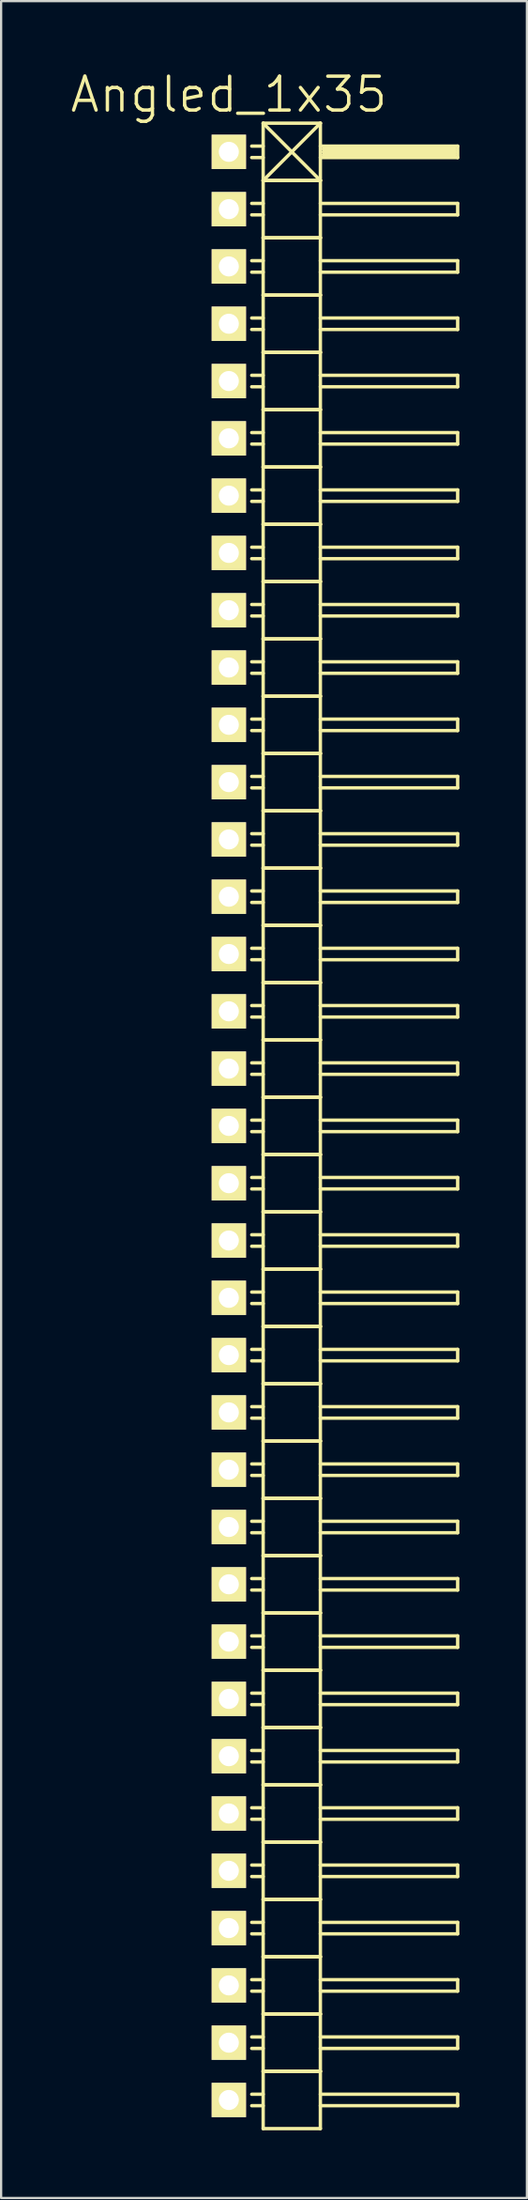
<source format=kicad_pcb>
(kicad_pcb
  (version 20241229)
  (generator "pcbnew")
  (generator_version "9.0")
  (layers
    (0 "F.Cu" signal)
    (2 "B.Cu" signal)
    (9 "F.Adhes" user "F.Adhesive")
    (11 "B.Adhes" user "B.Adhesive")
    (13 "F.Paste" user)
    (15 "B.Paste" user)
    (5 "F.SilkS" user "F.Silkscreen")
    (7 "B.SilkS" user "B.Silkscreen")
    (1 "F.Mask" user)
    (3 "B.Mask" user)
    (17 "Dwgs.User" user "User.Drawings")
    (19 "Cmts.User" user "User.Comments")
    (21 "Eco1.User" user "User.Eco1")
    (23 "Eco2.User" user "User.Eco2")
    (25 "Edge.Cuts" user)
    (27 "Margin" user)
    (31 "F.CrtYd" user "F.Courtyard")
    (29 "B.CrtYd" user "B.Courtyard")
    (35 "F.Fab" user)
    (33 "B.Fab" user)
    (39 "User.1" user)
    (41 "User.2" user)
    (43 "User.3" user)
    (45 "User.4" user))
  (footprint "Angled_1x35"
    (layer "F.Cu")
    (at 7.111 46.861)
    (property "Reference" "Angled_1x35" (at 0 -45.72 0) (layer "F.SilkS") (effects (font (size 1.5 1.5) (thickness 0.15))))
    (attr through_hole)
    (fp_line (start 1.524 -44.45) (end 1.524 -41.91) (stroke (width 0.15) (type solid)) (layer "F.SilkS"))
    (fp_line (start 1.524 -44.45) (end 4.064 -44.45) (stroke (width 0.15) (type solid)) (layer "F.SilkS"))
    (fp_line (start 1.524 -43.434) (end 1.016 -43.434) (stroke (width 0.15) (type solid)) (layer "F.SilkS"))
    (fp_line (start 1.524 -42.926) (end 1.016 -42.926) (stroke (width 0.15) (type solid)) (layer "F.SilkS"))
    (fp_line (start 1.524 -41.91) (end 1.524 -39.37) (stroke (width 0.15) (type solid)) (layer "F.SilkS"))
    (fp_line (start 1.524 -41.91) (end 4.064 -41.91) (stroke (width 0.15) (type solid)) (layer "F.SilkS"))
    (fp_line (start 1.524 -41.91) (end 4.064 -41.91) (stroke (width 0.15) (type solid)) (layer "F.SilkS"))
    (fp_line (start 1.524 -40.894) (end 1.016 -40.894) (stroke (width 0.15) (type solid)) (layer "F.SilkS"))
    (fp_line (start 1.524 -40.386) (end 1.016 -40.386) (stroke (width 0.15) (type solid)) (layer "F.SilkS"))
    (fp_line (start 1.524 -39.37) (end 1.524 -36.83) (stroke (width 0.15) (type solid)) (layer "F.SilkS"))
    (fp_line (start 1.524 -39.37) (end 4.064 -39.37) (stroke (width 0.15) (type solid)) (layer "F.SilkS"))
    (fp_line (start 1.524 -39.37) (end 4.064 -39.37) (stroke (width 0.15) (type solid)) (layer "F.SilkS"))
    (fp_line (start 1.524 -38.354) (end 1.016 -38.354) (stroke (width 0.15) (type solid)) (layer "F.SilkS"))
    (fp_line (start 1.524 -37.846) (end 1.016 -37.846) (stroke (width 0.15) (type solid)) (layer "F.SilkS"))
    (fp_line (start 1.524 -36.83) (end 1.524 -34.29) (stroke (width 0.15) (type solid)) (layer "F.SilkS"))
    (fp_line (start 1.524 -36.83) (end 4.064 -36.83) (stroke (width 0.15) (type solid)) (layer "F.SilkS"))
    (fp_line (start 1.524 -36.83) (end 4.064 -36.83) (stroke (width 0.15) (type solid)) (layer "F.SilkS"))
    (fp_line (start 1.524 -35.814) (end 1.016 -35.814) (stroke (width 0.15) (type solid)) (layer "F.SilkS"))
    (fp_line (start 1.524 -35.306) (end 1.016 -35.306) (stroke (width 0.15) (type solid)) (layer "F.SilkS"))
    (fp_line (start 1.524 -34.29) (end 1.524 -31.75) (stroke (width 0.15) (type solid)) (layer "F.SilkS"))
    (fp_line (start 1.524 -34.29) (end 4.064 -34.29) (stroke (width 0.15) (type solid)) (layer "F.SilkS"))
    (fp_line (start 1.524 -34.29) (end 4.064 -34.29) (stroke (width 0.15) (type solid)) (layer "F.SilkS"))
    (fp_line (start 1.524 -33.274) (end 1.016 -33.274) (stroke (width 0.15) (type solid)) (layer "F.SilkS"))
    (fp_line (start 1.524 -32.766) (end 1.016 -32.766) (stroke (width 0.15) (type solid)) (layer "F.SilkS"))
    (fp_line (start 1.524 -31.75) (end 1.524 -29.21) (stroke (width 0.15) (type solid)) (layer "F.SilkS"))
    (fp_line (start 1.524 -31.75) (end 4.064 -31.75) (stroke (width 0.15) (type solid)) (layer "F.SilkS"))
    (fp_line (start 1.524 -31.75) (end 4.064 -31.75) (stroke (width 0.15) (type solid)) (layer "F.SilkS"))
    (fp_line (start 1.524 -30.734) (end 1.016 -30.734) (stroke (width 0.15) (type solid)) (layer "F.SilkS"))
    (fp_line (start 1.524 -30.226) (end 1.016 -30.226) (stroke (width 0.15) (type solid)) (layer "F.SilkS"))
    (fp_line (start 1.524 -29.21) (end 1.524 -26.67) (stroke (width 0.15) (type solid)) (layer "F.SilkS"))
    (fp_line (start 1.524 -29.21) (end 4.064 -29.21) (stroke (width 0.15) (type solid)) (layer "F.SilkS"))
    (fp_line (start 1.524 -29.21) (end 4.064 -29.21) (stroke (width 0.15) (type solid)) (layer "F.SilkS"))
    (fp_line (start 1.524 -28.194) (end 1.016 -28.194) (stroke (width 0.15) (type solid)) (layer "F.SilkS"))
    (fp_line (start 1.524 -27.686) (end 1.016 -27.686) (stroke (width 0.15) (type solid)) (layer "F.SilkS"))
    (fp_line (start 1.524 -26.67) (end 1.524 -24.13) (stroke (width 0.15) (type solid)) (layer "F.SilkS"))
    (fp_line (start 1.524 -26.67) (end 4.064 -26.67) (stroke (width 0.15) (type solid)) (layer "F.SilkS"))
    (fp_line (start 1.524 -26.67) (end 4.064 -26.67) (stroke (width 0.15) (type solid)) (layer "F.SilkS"))
    (fp_line (start 1.524 -25.654) (end 1.016 -25.654) (stroke (width 0.15) (type solid)) (layer "F.SilkS"))
    (fp_line (start 1.524 -25.146) (end 1.016 -25.146) (stroke (width 0.15) (type solid)) (layer "F.SilkS"))
    (fp_line (start 1.524 -24.13) (end 1.524 -21.59) (stroke (width 0.15) (type solid)) (layer "F.SilkS"))
    (fp_line (start 1.524 -24.13) (end 4.064 -24.13) (stroke (width 0.15) (type solid)) (layer "F.SilkS"))
    (fp_line (start 1.524 -24.13) (end 4.064 -24.13) (stroke (width 0.15) (type solid)) (layer "F.SilkS"))
    (fp_line (start 1.524 -23.114) (end 1.016 -23.114) (stroke (width 0.15) (type solid)) (layer "F.SilkS"))
    (fp_line (start 1.524 -22.606) (end 1.016 -22.606) (stroke (width 0.15) (type solid)) (layer "F.SilkS"))
    (fp_line (start 1.524 -21.59) (end 1.524 -19.05) (stroke (width 0.15) (type solid)) (layer "F.SilkS"))
    (fp_line (start 1.524 -21.59) (end 4.064 -21.59) (stroke (width 0.15) (type solid)) (layer "F.SilkS"))
    (fp_line (start 1.524 -21.59) (end 4.064 -21.59) (stroke (width 0.15) (type solid)) (layer "F.SilkS"))
    (fp_line (start 1.524 -20.574) (end 1.016 -20.574) (stroke (width 0.15) (type solid)) (layer "F.SilkS"))
    (fp_line (start 1.524 -20.066) (end 1.016 -20.066) (stroke (width 0.15) (type solid)) (layer "F.SilkS"))
    (fp_line (start 1.524 -19.05) (end 1.524 -16.51) (stroke (width 0.15) (type solid)) (layer "F.SilkS"))
    (fp_line (start 1.524 -19.05) (end 4.064 -19.05) (stroke (width 0.15) (type solid)) (layer "F.SilkS"))
    (fp_line (start 1.524 -19.05) (end 4.064 -19.05) (stroke (width 0.15) (type solid)) (layer "F.SilkS"))
    (fp_line (start 1.524 -18.034) (end 1.016 -18.034) (stroke (width 0.15) (type solid)) (layer "F.SilkS"))
    (fp_line (start 1.524 -17.526) (end 1.016 -17.526) (stroke (width 0.15) (type solid)) (layer "F.SilkS"))
    (fp_line (start 1.524 -16.51) (end 1.524 -13.97) (stroke (width 0.15) (type solid)) (layer "F.SilkS"))
    (fp_line (start 1.524 -16.51) (end 4.064 -16.51) (stroke (width 0.15) (type solid)) (layer "F.SilkS"))
    (fp_line (start 1.524 -16.51) (end 4.064 -16.51) (stroke (width 0.15) (type solid)) (layer "F.SilkS"))
    (fp_line (start 1.524 -15.494) (end 1.016 -15.494) (stroke (width 0.15) (type solid)) (layer "F.SilkS"))
    (fp_line (start 1.524 -14.986) (end 1.016 -14.986) (stroke (width 0.15) (type solid)) (layer "F.SilkS"))
    (fp_line (start 1.524 -13.97) (end 1.524 -11.43) (stroke (width 0.15) (type solid)) (layer "F.SilkS"))
    (fp_line (start 1.524 -13.97) (end 4.064 -13.97) (stroke (width 0.15) (type solid)) (layer "F.SilkS"))
    (fp_line (start 1.524 -13.97) (end 4.064 -13.97) (stroke (width 0.15) (type solid)) (layer "F.SilkS"))
    (fp_line (start 1.524 -12.954) (end 1.016 -12.954) (stroke (width 0.15) (type solid)) (layer "F.SilkS"))
    (fp_line (start 1.524 -12.446) (end 1.016 -12.446) (stroke (width 0.15) (type solid)) (layer "F.SilkS"))
    (fp_line (start 1.524 -11.43) (end 1.524 -8.89) (stroke (width 0.15) (type solid)) (layer "F.SilkS"))
    (fp_line (start 1.524 -11.43) (end 4.064 -11.43) (stroke (width 0.15) (type solid)) (layer "F.SilkS"))
    (fp_line (start 1.524 -11.43) (end 4.064 -11.43) (stroke (width 0.15) (type solid)) (layer "F.SilkS"))
    (fp_line (start 1.524 -10.414) (end 1.016 -10.414) (stroke (width 0.15) (type solid)) (layer "F.SilkS"))
    (fp_line (start 1.524 -9.906) (end 1.016 -9.906) (stroke (width 0.15) (type solid)) (layer "F.SilkS"))
    (fp_line (start 1.524 -8.89) (end 1.524 -6.35) (stroke (width 0.15) (type solid)) (layer "F.SilkS"))
    (fp_line (start 1.524 -8.89) (end 4.064 -8.89) (stroke (width 0.15) (type solid)) (layer "F.SilkS"))
    (fp_line (start 1.524 -8.89) (end 4.064 -8.89) (stroke (width 0.15) (type solid)) (layer "F.SilkS"))
    (fp_line (start 1.524 -7.874) (end 1.016 -7.874) (stroke (width 0.15) (type solid)) (layer "F.SilkS"))
    (fp_line (start 1.524 -7.366) (end 1.016 -7.366) (stroke (width 0.15) (type solid)) (layer "F.SilkS"))
    (fp_line (start 1.524 -6.35) (end 1.524 -3.81) (stroke (width 0.15) (type solid)) (layer "F.SilkS"))
    (fp_line (start 1.524 -6.35) (end 4.064 -6.35) (stroke (width 0.15) (type solid)) (layer "F.SilkS"))
    (fp_line (start 1.524 -6.35) (end 4.064 -6.35) (stroke (width 0.15) (type solid)) (layer "F.SilkS"))
    (fp_line (start 1.524 -5.334) (end 1.016 -5.334) (stroke (width 0.15) (type solid)) (layer "F.SilkS"))
    (fp_line (start 1.524 -4.826) (end 1.016 -4.826) (stroke (width 0.15) (type solid)) (layer "F.SilkS"))
    (fp_line (start 1.524 -3.81) (end 1.524 -1.27) (stroke (width 0.15) (type solid)) (layer "F.SilkS"))
    (fp_line (start 1.524 -3.81) (end 4.064 -3.81) (stroke (width 0.15) (type solid)) (layer "F.SilkS"))
    (fp_line (start 1.524 -3.81) (end 4.064 -3.81) (stroke (width 0.15) (type solid)) (layer "F.SilkS"))
    (fp_line (start 1.524 -2.794) (end 1.016 -2.794) (stroke (width 0.15) (type solid)) (layer "F.SilkS"))
    (fp_line (start 1.524 -2.286) (end 1.016 -2.286) (stroke (width 0.15) (type solid)) (layer "F.SilkS"))
    (fp_line (start 1.524 -1.27) (end 1.524 1.27) (stroke (width 0.15) (type solid)) (layer "F.SilkS"))
    (fp_line (start 1.524 -1.27) (end 4.064 -1.27) (stroke (width 0.15) (type solid)) (layer "F.SilkS"))
    (fp_line (start 1.524 -1.27) (end 4.064 -1.27) (stroke (width 0.15) (type solid)) (layer "F.SilkS"))
    (fp_line (start 1.524 -0.254) (end 1.016 -0.254) (stroke (width 0.15) (type solid)) (layer "F.SilkS"))
    (fp_line (start 1.524 0.254) (end 1.016 0.254) (stroke (width 0.15) (type solid)) (layer "F.SilkS"))
    (fp_line (start 1.524 1.27) (end 1.524 3.81) (stroke (width 0.15) (type solid)) (layer "F.SilkS"))
    (fp_line (start 1.524 1.27) (end 4.064 1.27) (stroke (width 0.15) (type solid)) (layer "F.SilkS"))
    (fp_line (start 1.524 1.27) (end 4.064 1.27) (stroke (width 0.15) (type solid)) (layer "F.SilkS"))
    (fp_line (start 1.524 2.286) (end 1.016 2.286) (stroke (width 0.15) (type solid)) (layer "F.SilkS"))
    (fp_line (start 1.524 2.794) (end 1.016 2.794) (stroke (width 0.15) (type solid)) (layer "F.SilkS"))
    (fp_line (start 1.524 3.81) (end 1.524 6.35) (stroke (width 0.15) (type solid)) (layer "F.SilkS"))
    (fp_line (start 1.524 3.81) (end 4.064 3.81) (stroke (width 0.15) (type solid)) (layer "F.SilkS"))
    (fp_line (start 1.524 3.81) (end 4.064 3.81) (stroke (width 0.15) (type solid)) (layer "F.SilkS"))
    (fp_line (start 1.524 4.826) (end 1.016 4.826) (stroke (width 0.15) (type solid)) (layer "F.SilkS"))
    (fp_line (start 1.524 5.334) (end 1.016 5.334) (stroke (width 0.15) (type solid)) (layer "F.SilkS"))
    (fp_line (start 1.524 6.35) (end 1.524 8.89) (stroke (width 0.15) (type solid)) (layer "F.SilkS"))
    (fp_line (start 1.524 6.35) (end 4.064 6.35) (stroke (width 0.15) (type solid)) (layer "F.SilkS"))
    (fp_line (start 1.524 6.35) (end 4.064 6.35) (stroke (width 0.15) (type solid)) (layer "F.SilkS"))
    (fp_line (start 1.524 7.366) (end 1.016 7.366) (stroke (width 0.15) (type solid)) (layer "F.SilkS"))
    (fp_line (start 1.524 7.874) (end 1.016 7.874) (stroke (width 0.15) (type solid)) (layer "F.SilkS"))
    (fp_line (start 1.524 8.89) (end 1.524 11.43) (stroke (width 0.15) (type solid)) (layer "F.SilkS"))
    (fp_line (start 1.524 8.89) (end 4.064 8.89) (stroke (width 0.15) (type solid)) (layer "F.SilkS"))
    (fp_line (start 1.524 8.89) (end 4.064 8.89) (stroke (width 0.15) (type solid)) (layer "F.SilkS"))
    (fp_line (start 1.524 9.906) (end 1.016 9.906) (stroke (width 0.15) (type solid)) (layer "F.SilkS"))
    (fp_line (start 1.524 10.414) (end 1.016 10.414) (stroke (width 0.15) (type solid)) (layer "F.SilkS"))
    (fp_line (start 1.524 11.43) (end 1.524 13.97) (stroke (width 0.15) (type solid)) (layer "F.SilkS"))
    (fp_line (start 1.524 11.43) (end 4.064 11.43) (stroke (width 0.15) (type solid)) (layer "F.SilkS"))
    (fp_line (start 1.524 11.43) (end 4.064 11.43) (stroke (width 0.15) (type solid)) (layer "F.SilkS"))
    (fp_line (start 1.524 12.446) (end 1.016 12.446) (stroke (width 0.15) (type solid)) (layer "F.SilkS"))
    (fp_line (start 1.524 12.954) (end 1.016 12.954) (stroke (width 0.15) (type solid)) (layer "F.SilkS"))
    (fp_line (start 1.524 13.97) (end 1.524 16.51) (stroke (width 0.15) (type solid)) (layer "F.SilkS"))
    (fp_line (start 1.524 13.97) (end 4.064 13.97) (stroke (width 0.15) (type solid)) (layer "F.SilkS"))
    (fp_line (start 1.524 13.97) (end 4.064 13.97) (stroke (width 0.15) (type solid)) (layer "F.SilkS"))
    (fp_line (start 1.524 14.986) (end 1.016 14.986) (stroke (width 0.15) (type solid)) (layer "F.SilkS"))
    (fp_line (start 1.524 15.494) (end 1.016 15.494) (stroke (width 0.15) (type solid)) (layer "F.SilkS"))
    (fp_line (start 1.524 16.51) (end 1.524 19.05) (stroke (width 0.15) (type solid)) (layer "F.SilkS"))
    (fp_line (start 1.524 16.51) (end 4.064 16.51) (stroke (width 0.15) (type solid)) (layer "F.SilkS"))
    (fp_line (start 1.524 16.51) (end 4.064 16.51) (stroke (width 0.15) (type solid)) (layer "F.SilkS"))
    (fp_line (start 1.524 17.526) (end 1.016 17.526) (stroke (width 0.15) (type solid)) (layer "F.SilkS"))
    (fp_line (start 1.524 18.034) (end 1.016 18.034) (stroke (width 0.15) (type solid)) (layer "F.SilkS"))
    (fp_line (start 1.524 19.05) (end 1.524 21.59) (stroke (width 0.15) (type solid)) (layer "F.SilkS"))
    (fp_line (start 1.524 19.05) (end 4.064 19.05) (stroke (width 0.15) (type solid)) (layer "F.SilkS"))
    (fp_line (start 1.524 19.05) (end 4.064 19.05) (stroke (width 0.15) (type solid)) (layer "F.SilkS"))
    (fp_line (start 1.524 20.066) (end 1.016 20.066) (stroke (width 0.15) (type solid)) (layer "F.SilkS"))
    (fp_line (start 1.524 20.574) (end 1.016 20.574) (stroke (width 0.15) (type solid)) (layer "F.SilkS"))
    (fp_line (start 1.524 21.59) (end 1.524 24.13) (stroke (width 0.15) (type solid)) (layer "F.SilkS"))
    (fp_line (start 1.524 21.59) (end 4.064 21.59) (stroke (width 0.15) (type solid)) (layer "F.SilkS"))
    (fp_line (start 1.524 21.59) (end 4.064 21.59) (stroke (width 0.15) (type solid)) (layer "F.SilkS"))
    (fp_line (start 1.524 22.606) (end 1.016 22.606) (stroke (width 0.15) (type solid)) (layer "F.SilkS"))
    (fp_line (start 1.524 23.114) (end 1.016 23.114) (stroke (width 0.15) (type solid)) (layer "F.SilkS"))
    (fp_line (start 1.524 24.13) (end 1.524 26.67) (stroke (width 0.15) (type solid)) (layer "F.SilkS"))
    (fp_line (start 1.524 24.13) (end 4.064 24.13) (stroke (width 0.15) (type solid)) (layer "F.SilkS"))
    (fp_line (start 1.524 24.13) (end 4.064 24.13) (stroke (width 0.15) (type solid)) (layer "F.SilkS"))
    (fp_line (start 1.524 25.146) (end 1.016 25.146) (stroke (width 0.15) (type solid)) (layer "F.SilkS"))
    (fp_line (start 1.524 25.654) (end 1.016 25.654) (stroke (width 0.15) (type solid)) (layer "F.SilkS"))
    (fp_line (start 1.524 26.67) (end 1.524 29.21) (stroke (width 0.15) (type solid)) (layer "F.SilkS"))
    (fp_line (start 1.524 26.67) (end 4.064 26.67) (stroke (width 0.15) (type solid)) (layer "F.SilkS"))
    (fp_line (start 1.524 26.67) (end 4.064 26.67) (stroke (width 0.15) (type solid)) (layer "F.SilkS"))
    (fp_line (start 1.524 27.686) (end 1.016 27.686) (stroke (width 0.15) (type solid)) (layer "F.SilkS"))
    (fp_line (start 1.524 28.194) (end 1.016 28.194) (stroke (width 0.15) (type solid)) (layer "F.SilkS"))
    (fp_line (start 1.524 29.21) (end 1.524 31.75) (stroke (width 0.15) (type solid)) (layer "F.SilkS"))
    (fp_line (start 1.524 29.21) (end 4.064 29.21) (stroke (width 0.15) (type solid)) (layer "F.SilkS"))
    (fp_line (start 1.524 29.21) (end 4.064 29.21) (stroke (width 0.15) (type solid)) (layer "F.SilkS"))
    (fp_line (start 1.524 30.226) (end 1.016 30.226) (stroke (width 0.15) (type solid)) (layer "F.SilkS"))
    (fp_line (start 1.524 30.734) (end 1.016 30.734) (stroke (width 0.15) (type solid)) (layer "F.SilkS"))
    (fp_line (start 1.524 31.75) (end 1.524 34.29) (stroke (width 0.15) (type solid)) (layer "F.SilkS"))
    (fp_line (start 1.524 31.75) (end 4.064 31.75) (stroke (width 0.15) (type solid)) (layer "F.SilkS"))
    (fp_line (start 1.524 31.75) (end 4.064 31.75) (stroke (width 0.15) (type solid)) (layer "F.SilkS"))
    (fp_line (start 1.524 32.766) (end 1.016 32.766) (stroke (width 0.15) (type solid)) (layer "F.SilkS"))
    (fp_line (start 1.524 33.274) (end 1.016 33.274) (stroke (width 0.15) (type solid)) (layer "F.SilkS"))
    (fp_line (start 1.524 34.29) (end 1.524 36.83) (stroke (width 0.15) (type solid)) (layer "F.SilkS"))
    (fp_line (start 1.524 34.29) (end 4.064 34.29) (stroke (width 0.15) (type solid)) (layer "F.SilkS"))
    (fp_line (start 1.524 34.29) (end 4.064 34.29) (stroke (width 0.15) (type solid)) (layer "F.SilkS"))
    (fp_line (start 1.524 35.306) (end 1.016 35.306) (stroke (width 0.15) (type solid)) (layer "F.SilkS"))
    (fp_line (start 1.524 35.814) (end 1.016 35.814) (stroke (width 0.15) (type solid)) (layer "F.SilkS"))
    (fp_line (start 1.524 36.83) (end 1.524 39.37) (stroke (width 0.15) (type solid)) (layer "F.SilkS"))
    (fp_line (start 1.524 36.83) (end 4.064 36.83) (stroke (width 0.15) (type solid)) (layer "F.SilkS"))
    (fp_line (start 1.524 36.83) (end 4.064 36.83) (stroke (width 0.15) (type solid)) (layer "F.SilkS"))
    (fp_line (start 1.524 37.846) (end 1.016 37.846) (stroke (width 0.15) (type solid)) (layer "F.SilkS"))
    (fp_line (start 1.524 38.354) (end 1.016 38.354) (stroke (width 0.15) (type solid)) (layer "F.SilkS"))
    (fp_line (start 1.524 39.37) (end 1.524 41.91) (stroke (width 0.15) (type solid)) (layer "F.SilkS"))
    (fp_line (start 1.524 39.37) (end 4.064 39.37) (stroke (width 0.15) (type solid)) (layer "F.SilkS"))
    (fp_line (start 1.524 39.37) (end 4.064 39.37) (stroke (width 0.15) (type solid)) (layer "F.SilkS"))
    (fp_line (start 1.524 40.386) (end 1.016 40.386) (stroke (width 0.15) (type solid)) (layer "F.SilkS"))
    (fp_line (start 1.524 40.894) (end 1.016 40.894) (stroke (width 0.15) (type solid)) (layer "F.SilkS"))
    (fp_line (start 1.524 41.91) (end 1.524 44.45) (stroke (width 0.15) (type solid)) (layer "F.SilkS"))
    (fp_line (start 1.524 41.91) (end 4.064 41.91) (stroke (width 0.15) (type solid)) (layer "F.SilkS"))
    (fp_line (start 1.524 41.91) (end 4.064 41.91) (stroke (width 0.15) (type solid)) (layer "F.SilkS"))
    (fp_line (start 1.524 42.926) (end 1.016 42.926) (stroke (width 0.15) (type solid)) (layer "F.SilkS"))
    (fp_line (start 1.524 43.434) (end 1.016 43.434) (stroke (width 0.15) (type solid)) (layer "F.SilkS"))
    (fp_line (start 1.524 44.45) (end 4.064 44.45) (stroke (width 0.15) (type solid)) (layer "F.SilkS"))
    (fp_line (start 4.064 -44.45) (end 1.524 -41.91) (stroke (width 0.15) (type solid)) (layer "F.SilkS"))
    (fp_line (start 4.064 -43.434) (end 10.16 -43.434) (stroke (width 0.15) (type solid)) (layer "F.SilkS"))
    (fp_line (start 4.064 -41.91) (end 1.524 -44.45) (stroke (width 0.15) (type solid)) (layer "F.SilkS"))
    (fp_line (start 4.064 -41.91) (end 4.064 -44.45) (stroke (width 0.15) (type solid)) (layer "F.SilkS"))
    (fp_line (start 4.064 -40.894) (end 10.16 -40.894) (stroke (width 0.15) (type solid)) (layer "F.SilkS"))
    (fp_line (start 4.064 -39.37) (end 4.064 -41.91) (stroke (width 0.15) (type solid)) (layer "F.SilkS"))
    (fp_line (start 4.064 -38.354) (end 10.16 -38.354) (stroke (width 0.15) (type solid)) (layer "F.SilkS"))
    (fp_line (start 4.064 -36.83) (end 4.064 -39.37) (stroke (width 0.15) (type solid)) (layer "F.SilkS"))
    (fp_line (start 4.064 -35.814) (end 10.16 -35.814) (stroke (width 0.15) (type solid)) (layer "F.SilkS"))
    (fp_line (start 4.064 -34.29) (end 4.064 -36.83) (stroke (width 0.15) (type solid)) (layer "F.SilkS"))
    (fp_line (start 4.064 -33.274) (end 10.16 -33.274) (stroke (width 0.15) (type solid)) (layer "F.SilkS"))
    (fp_line (start 4.064 -31.75) (end 4.064 -34.29) (stroke (width 0.15) (type solid)) (layer "F.SilkS"))
    (fp_line (start 4.064 -30.734) (end 10.16 -30.734) (stroke (width 0.15) (type solid)) (layer "F.SilkS"))
    (fp_line (start 4.064 -29.21) (end 4.064 -31.75) (stroke (width 0.15) (type solid)) (layer "F.SilkS"))
    (fp_line (start 4.064 -28.194) (end 10.16 -28.194) (stroke (width 0.15) (type solid)) (layer "F.SilkS"))
    (fp_line (start 4.064 -26.67) (end 4.064 -29.21) (stroke (width 0.15) (type solid)) (layer "F.SilkS"))
    (fp_line (start 4.064 -25.654) (end 10.16 -25.654) (stroke (width 0.15) (type solid)) (layer "F.SilkS"))
    (fp_line (start 4.064 -24.13) (end 4.064 -26.67) (stroke (width 0.15) (type solid)) (layer "F.SilkS"))
    (fp_line (start 4.064 -23.114) (end 10.16 -23.114) (stroke (width 0.15) (type solid)) (layer "F.SilkS"))
    (fp_line (start 4.064 -21.59) (end 4.064 -24.13) (stroke (width 0.15) (type solid)) (layer "F.SilkS"))
    (fp_line (start 4.064 -20.574) (end 10.16 -20.574) (stroke (width 0.15) (type solid)) (layer "F.SilkS"))
    (fp_line (start 4.064 -19.05) (end 4.064 -21.59) (stroke (width 0.15) (type solid)) (layer "F.SilkS"))
    (fp_line (start 4.064 -18.034) (end 10.16 -18.034) (stroke (width 0.15) (type solid)) (layer "F.SilkS"))
    (fp_line (start 4.064 -16.51) (end 4.064 -19.05) (stroke (width 0.15) (type solid)) (layer "F.SilkS"))
    (fp_line (start 4.064 -15.494) (end 10.16 -15.494) (stroke (width 0.15) (type solid)) (layer "F.SilkS"))
    (fp_line (start 4.064 -13.97) (end 4.064 -16.51) (stroke (width 0.15) (type solid)) (layer "F.SilkS"))
    (fp_line (start 4.064 -12.954) (end 10.16 -12.954) (stroke (width 0.15) (type solid)) (layer "F.SilkS"))
    (fp_line (start 4.064 -11.43) (end 4.064 -13.97) (stroke (width 0.15) (type solid)) (layer "F.SilkS"))
    (fp_line (start 4.064 -10.414) (end 10.16 -10.414) (stroke (width 0.15) (type solid)) (layer "F.SilkS"))
    (fp_line (start 4.064 -8.89) (end 4.064 -11.43) (stroke (width 0.15) (type solid)) (layer "F.SilkS"))
    (fp_line (start 4.064 -7.874) (end 10.16 -7.874) (stroke (width 0.15) (type solid)) (layer "F.SilkS"))
    (fp_line (start 4.064 -6.35) (end 4.064 -8.89) (stroke (width 0.15) (type solid)) (layer "F.SilkS"))
    (fp_line (start 4.064 -5.334) (end 10.16 -5.334) (stroke (width 0.15) (type solid)) (layer "F.SilkS"))
    (fp_line (start 4.064 -3.81) (end 4.064 -6.35) (stroke (width 0.15) (type solid)) (layer "F.SilkS"))
    (fp_line (start 4.064 -2.794) (end 10.16 -2.794) (stroke (width 0.15) (type solid)) (layer "F.SilkS"))
    (fp_line (start 4.064 -1.27) (end 4.064 -3.81) (stroke (width 0.15) (type solid)) (layer "F.SilkS"))
    (fp_line (start 4.064 -0.254) (end 10.16 -0.254) (stroke (width 0.15) (type solid)) (layer "F.SilkS"))
    (fp_line (start 4.064 1.27) (end 4.064 -1.27) (stroke (width 0.15) (type solid)) (layer "F.SilkS"))
    (fp_line (start 4.064 2.286) (end 10.16 2.286) (stroke (width 0.15) (type solid)) (layer "F.SilkS"))
    (fp_line (start 4.064 3.81) (end 4.064 1.27) (stroke (width 0.15) (type solid)) (layer "F.SilkS"))
    (fp_line (start 4.064 4.826) (end 10.16 4.826) (stroke (width 0.15) (type solid)) (layer "F.SilkS"))
    (fp_line (start 4.064 6.35) (end 4.064 3.81) (stroke (width 0.15) (type solid)) (layer "F.SilkS"))
    (fp_line (start 4.064 7.366) (end 10.16 7.366) (stroke (width 0.15) (type solid)) (layer "F.SilkS"))
    (fp_line (start 4.064 8.89) (end 4.064 6.35) (stroke (width 0.15) (type solid)) (layer "F.SilkS"))
    (fp_line (start 4.064 9.906) (end 10.16 9.906) (stroke (width 0.15) (type solid)) (layer "F.SilkS"))
    (fp_line (start 4.064 11.43) (end 4.064 8.89) (stroke (width 0.15) (type solid)) (layer "F.SilkS"))
    (fp_line (start 4.064 12.446) (end 10.16 12.446) (stroke (width 0.15) (type solid)) (layer "F.SilkS"))
    (fp_line (start 4.064 13.97) (end 4.064 11.43) (stroke (width 0.15) (type solid)) (layer "F.SilkS"))
    (fp_line (start 4.064 14.986) (end 10.16 14.986) (stroke (width 0.15) (type solid)) (layer "F.SilkS"))
    (fp_line (start 4.064 16.51) (end 4.064 13.97) (stroke (width 0.15) (type solid)) (layer "F.SilkS"))
    (fp_line (start 4.064 17.526) (end 10.16 17.526) (stroke (width 0.15) (type solid)) (layer "F.SilkS"))
    (fp_line (start 4.064 19.05) (end 4.064 16.51) (stroke (width 0.15) (type solid)) (layer "F.SilkS"))
    (fp_line (start 4.064 20.066) (end 10.16 20.066) (stroke (width 0.15) (type solid)) (layer "F.SilkS"))
    (fp_line (start 4.064 21.59) (end 4.064 19.05) (stroke (width 0.15) (type solid)) (layer "F.SilkS"))
    (fp_line (start 4.064 22.606) (end 10.16 22.606) (stroke (width 0.15) (type solid)) (layer "F.SilkS"))
    (fp_line (start 4.064 24.13) (end 4.064 21.59) (stroke (width 0.15) (type solid)) (layer "F.SilkS"))
    (fp_line (start 4.064 25.146) (end 10.16 25.146) (stroke (width 0.15) (type solid)) (layer "F.SilkS"))
    (fp_line (start 4.064 26.67) (end 4.064 24.13) (stroke (width 0.15) (type solid)) (layer "F.SilkS"))
    (fp_line (start 4.064 27.686) (end 10.16 27.686) (stroke (width 0.15) (type solid)) (layer "F.SilkS"))
    (fp_line (start 4.064 29.21) (end 4.064 26.67) (stroke (width 0.15) (type solid)) (layer "F.SilkS"))
    (fp_line (start 4.064 30.226) (end 10.16 30.226) (stroke (width 0.15) (type solid)) (layer "F.SilkS"))
    (fp_line (start 4.064 31.75) (end 4.064 29.21) (stroke (width 0.15) (type solid)) (layer "F.SilkS"))
    (fp_line (start 4.064 32.766) (end 10.16 32.766) (stroke (width 0.15) (type solid)) (layer "F.SilkS"))
    (fp_line (start 4.064 34.29) (end 4.064 31.75) (stroke (width 0.15) (type solid)) (layer "F.SilkS"))
    (fp_line (start 4.064 35.306) (end 10.16 35.306) (stroke (width 0.15) (type solid)) (layer "F.SilkS"))
    (fp_line (start 4.064 36.83) (end 4.064 34.29) (stroke (width 0.15) (type solid)) (layer "F.SilkS"))
    (fp_line (start 4.064 37.846) (end 10.16 37.846) (stroke (width 0.15) (type solid)) (layer "F.SilkS"))
    (fp_line (start 4.064 39.37) (end 4.064 36.83) (stroke (width 0.15) (type solid)) (layer "F.SilkS"))
    (fp_line (start 4.064 40.386) (end 10.16 40.386) (stroke (width 0.15) (type solid)) (layer "F.SilkS"))
    (fp_line (start 4.064 41.91) (end 4.064 39.37) (stroke (width 0.15) (type solid)) (layer "F.SilkS"))
    (fp_line (start 4.064 42.926) (end 10.16 42.926) (stroke (width 0.15) (type solid)) (layer "F.SilkS"))
    (fp_line (start 4.064 44.45) (end 4.064 41.91) (stroke (width 0.15) (type solid)) (layer "F.SilkS"))
    (fp_line (start 4.191 -43.307) (end 10.033 -43.307) (stroke (width 0.15) (type solid)) (layer "F.SilkS"))
    (fp_line (start 4.191 -43.18) (end 10.033 -43.18) (stroke (width 0.15) (type solid)) (layer "F.SilkS"))
    (fp_line (start 10.033 -43.307) (end 10.033 -43.053) (stroke (width 0.15) (type solid)) (layer "F.SilkS"))
    (fp_line (start 10.033 -43.053) (end 4.191 -43.053) (stroke (width 0.15) (type solid)) (layer "F.SilkS"))
    (fp_line (start 10.16 -43.434) (end 10.16 -42.926) (stroke (width 0.15) (type solid)) (layer "F.SilkS"))
    (fp_line (start 10.16 -42.926) (end 4.064 -42.926) (stroke (width 0.15) (type solid)) (layer "F.SilkS"))
    (fp_line (start 10.16 -40.894) (end 10.16 -40.386) (stroke (width 0.15) (type solid)) (layer "F.SilkS"))
    (fp_line (start 10.16 -40.386) (end 4.064 -40.386) (stroke (width 0.15) (type solid)) (layer "F.SilkS"))
    (fp_line (start 10.16 -38.354) (end 10.16 -37.846) (stroke (width 0.15) (type solid)) (layer "F.SilkS"))
    (fp_line (start 10.16 -37.846) (end 4.064 -37.846) (stroke (width 0.15) (type solid)) (layer "F.SilkS"))
    (fp_line (start 10.16 -35.814) (end 10.16 -35.306) (stroke (width 0.15) (type solid)) (layer "F.SilkS"))
    (fp_line (start 10.16 -35.306) (end 4.064 -35.306) (stroke (width 0.15) (type solid)) (layer "F.SilkS"))
    (fp_line (start 10.16 -33.274) (end 10.16 -32.766) (stroke (width 0.15) (type solid)) (layer "F.SilkS"))
    (fp_line (start 10.16 -32.766) (end 4.064 -32.766) (stroke (width 0.15) (type solid)) (layer "F.SilkS"))
    (fp_line (start 10.16 -30.734) (end 10.16 -30.226) (stroke (width 0.15) (type solid)) (layer "F.SilkS"))
    (fp_line (start 10.16 -30.226) (end 4.064 -30.226) (stroke (width 0.15) (type solid)) (layer "F.SilkS"))
    (fp_line (start 10.16 -28.194) (end 10.16 -27.686) (stroke (width 0.15) (type solid)) (layer "F.SilkS"))
    (fp_line (start 10.16 -27.686) (end 4.064 -27.686) (stroke (width 0.15) (type solid)) (layer "F.SilkS"))
    (fp_line (start 10.16 -25.654) (end 10.16 -25.146) (stroke (width 0.15) (type solid)) (layer "F.SilkS"))
    (fp_line (start 10.16 -25.146) (end 4.064 -25.146) (stroke (width 0.15) (type solid)) (layer "F.SilkS"))
    (fp_line (start 10.16 -23.114) (end 10.16 -22.606) (stroke (width 0.15) (type solid)) (layer "F.SilkS"))
    (fp_line (start 10.16 -22.606) (end 4.064 -22.606) (stroke (width 0.15) (type solid)) (layer "F.SilkS"))
    (fp_line (start 10.16 -20.574) (end 10.16 -20.066) (stroke (width 0.15) (type solid)) (layer "F.SilkS"))
    (fp_line (start 10.16 -20.066) (end 4.064 -20.066) (stroke (width 0.15) (type solid)) (layer "F.SilkS"))
    (fp_line (start 10.16 -18.034) (end 10.16 -17.526) (stroke (width 0.15) (type solid)) (layer "F.SilkS"))
    (fp_line (start 10.16 -17.526) (end 4.064 -17.526) (stroke (width 0.15) (type solid)) (layer "F.SilkS"))
    (fp_line (start 10.16 -15.494) (end 10.16 -14.986) (stroke (width 0.15) (type solid)) (layer "F.SilkS"))
    (fp_line (start 10.16 -14.986) (end 4.064 -14.986) (stroke (width 0.15) (type solid)) (layer "F.SilkS"))
    (fp_line (start 10.16 -12.954) (end 10.16 -12.446) (stroke (width 0.15) (type solid)) (layer "F.SilkS"))
    (fp_line (start 10.16 -12.446) (end 4.064 -12.446) (stroke (width 0.15) (type solid)) (layer "F.SilkS"))
    (fp_line (start 10.16 -10.414) (end 10.16 -9.906) (stroke (width 0.15) (type solid)) (layer "F.SilkS"))
    (fp_line (start 10.16 -9.906) (end 4.064 -9.906) (stroke (width 0.15) (type solid)) (layer "F.SilkS"))
    (fp_line (start 10.16 -7.874) (end 10.16 -7.366) (stroke (width 0.15) (type solid)) (layer "F.SilkS"))
    (fp_line (start 10.16 -7.366) (end 4.064 -7.366) (stroke (width 0.15) (type solid)) (layer "F.SilkS"))
    (fp_line (start 10.16 -5.334) (end 10.16 -4.826) (stroke (width 0.15) (type solid)) (layer "F.SilkS"))
    (fp_line (start 10.16 -4.826) (end 4.064 -4.826) (stroke (width 0.15) (type solid)) (layer "F.SilkS"))
    (fp_line (start 10.16 -2.794) (end 10.16 -2.286) (stroke (width 0.15) (type solid)) (layer "F.SilkS"))
    (fp_line (start 10.16 -2.286) (end 4.064 -2.286) (stroke (width 0.15) (type solid)) (layer "F.SilkS"))
    (fp_line (start 10.16 -0.254) (end 10.16 0.254) (stroke (width 0.15) (type solid)) (layer "F.SilkS"))
    (fp_line (start 10.16 0.254) (end 4.064 0.254) (stroke (width 0.15) (type solid)) (layer "F.SilkS"))
    (fp_line (start 10.16 2.286) (end 10.16 2.794) (stroke (width 0.15) (type solid)) (layer "F.SilkS"))
    (fp_line (start 10.16 2.794) (end 4.064 2.794) (stroke (width 0.15) (type solid)) (layer "F.SilkS"))
    (fp_line (start 10.16 4.826) (end 10.16 5.334) (stroke (width 0.15) (type solid)) (layer "F.SilkS"))
    (fp_line (start 10.16 5.334) (end 4.064 5.334) (stroke (width 0.15) (type solid)) (layer "F.SilkS"))
    (fp_line (start 10.16 7.366) (end 10.16 7.874) (stroke (width 0.15) (type solid)) (layer "F.SilkS"))
    (fp_line (start 10.16 7.874) (end 4.064 7.874) (stroke (width 0.15) (type solid)) (layer "F.SilkS"))
    (fp_line (start 10.16 9.906) (end 10.16 10.414) (stroke (width 0.15) (type solid)) (layer "F.SilkS"))
    (fp_line (start 10.16 10.414) (end 4.064 10.414) (stroke (width 0.15) (type solid)) (layer "F.SilkS"))
    (fp_line (start 10.16 12.446) (end 10.16 12.954) (stroke (width 0.15) (type solid)) (layer "F.SilkS"))
    (fp_line (start 10.16 12.954) (end 4.064 12.954) (stroke (width 0.15) (type solid)) (layer "F.SilkS"))
    (fp_line (start 10.16 14.986) (end 10.16 15.494) (stroke (width 0.15) (type solid)) (layer "F.SilkS"))
    (fp_line (start 10.16 15.494) (end 4.064 15.494) (stroke (width 0.15) (type solid)) (layer "F.SilkS"))
    (fp_line (start 10.16 17.526) (end 10.16 18.034) (stroke (width 0.15) (type solid)) (layer "F.SilkS"))
    (fp_line (start 10.16 18.034) (end 4.064 18.034) (stroke (width 0.15) (type solid)) (layer "F.SilkS"))
    (fp_line (start 10.16 20.066) (end 10.16 20.574) (stroke (width 0.15) (type solid)) (layer "F.SilkS"))
    (fp_line (start 10.16 20.574) (end 4.064 20.574) (stroke (width 0.15) (type solid)) (layer "F.SilkS"))
    (fp_line (start 10.16 22.606) (end 10.16 23.114) (stroke (width 0.15) (type solid)) (layer "F.SilkS"))
    (fp_line (start 10.16 23.114) (end 4.064 23.114) (stroke (width 0.15) (type solid)) (layer "F.SilkS"))
    (fp_line (start 10.16 25.146) (end 10.16 25.654) (stroke (width 0.15) (type solid)) (layer "F.SilkS"))
    (fp_line (start 10.16 25.654) (end 4.064 25.654) (stroke (width 0.15) (type solid)) (layer "F.SilkS"))
    (fp_line (start 10.16 27.686) (end 10.16 28.194) (stroke (width 0.15) (type solid)) (layer "F.SilkS"))
    (fp_line (start 10.16 28.194) (end 4.064 28.194) (stroke (width 0.15) (type solid)) (layer "F.SilkS"))
    (fp_line (start 10.16 30.226) (end 10.16 30.734) (stroke (width 0.15) (type solid)) (layer "F.SilkS"))
    (fp_line (start 10.16 30.734) (end 4.064 30.734) (stroke (width 0.15) (type solid)) (layer "F.SilkS"))
    (fp_line (start 10.16 32.766) (end 10.16 33.274) (stroke (width 0.15) (type solid)) (layer "F.SilkS"))
    (fp_line (start 10.16 33.274) (end 4.064 33.274) (stroke (width 0.15) (type solid)) (layer "F.SilkS"))
    (fp_line (start 10.16 35.306) (end 10.16 35.814) (stroke (width 0.15) (type solid)) (layer "F.SilkS"))
    (fp_line (start 10.16 35.814) (end 4.064 35.814) (stroke (width 0.15) (type solid)) (layer "F.SilkS"))
    (fp_line (start 10.16 37.846) (end 10.16 38.354) (stroke (width 0.15) (type solid)) (layer "F.SilkS"))
    (fp_line (start 10.16 38.354) (end 4.064 38.354) (stroke (width 0.15) (type solid)) (layer "F.SilkS"))
    (fp_line (start 10.16 40.386) (end 10.16 40.894) (stroke (width 0.15) (type solid)) (layer "F.SilkS"))
    (fp_line (start 10.16 40.894) (end 4.064 40.894) (stroke (width 0.15) (type solid)) (layer "F.SilkS"))
    (fp_line (start 10.16 42.926) (end 10.16 43.434) (stroke (width 0.15) (type solid)) (layer "F.SilkS"))
    (fp_line (start 10.16 43.434) (end 4.064 43.434) (stroke (width 0.15) (type solid)) (layer "F.SilkS"))
    (pad "1" thru_hole rect (at 0 -43.18) (size 1.524 1.524) (drill 0.889) (layers "*.Cu" "*.Mask" "F.SilkS"))
    (pad "2" thru_hole rect (at 0 -40.64) (size 1.524 1.524) (drill 0.889) (layers "*.Cu" "*.Mask" "F.SilkS"))
    (pad "3" thru_hole rect (at 0 -38.1) (size 1.524 1.524) (drill 0.889) (layers "*.Cu" "*.Mask" "F.SilkS"))
    (pad "4" thru_hole rect (at 0 -35.56) (size 1.524 1.524) (drill 0.889) (layers "*.Cu" "*.Mask" "F.SilkS"))
    (pad "5" thru_hole rect (at 0 -33.02) (size 1.524 1.524) (drill 0.889) (layers "*.Cu" "*.Mask" "F.SilkS"))
    (pad "6" thru_hole rect (at 0 -30.48) (size 1.524 1.524) (drill 0.889) (layers "*.Cu" "*.Mask" "F.SilkS"))
    (pad "7" thru_hole rect (at 0 -27.94) (size 1.524 1.524) (drill 0.889) (layers "*.Cu" "*.Mask" "F.SilkS"))
    (pad "8" thru_hole rect (at 0 -25.4) (size 1.524 1.524) (drill 0.889) (layers "*.Cu" "*.Mask" "F.SilkS"))
    (pad "9" thru_hole rect (at 0 -22.86) (size 1.524 1.524) (drill 0.889) (layers "*.Cu" "*.Mask" "F.SilkS"))
    (pad "10" thru_hole rect (at 0 -20.32) (size 1.524 1.524) (drill 0.889) (layers "*.Cu" "*.Mask" "F.SilkS"))
    (pad "11" thru_hole rect (at 0 -17.78) (size 1.524 1.524) (drill 0.889) (layers "*.Cu" "*.Mask" "F.SilkS"))
    (pad "12" thru_hole rect (at 0 -15.24) (size 1.524 1.524) (drill 0.889) (layers "*.Cu" "*.Mask" "F.SilkS"))
    (pad "13" thru_hole rect (at 0 -12.7) (size 1.524 1.524) (drill 0.889) (layers "*.Cu" "*.Mask" "F.SilkS"))
    (pad "14" thru_hole rect (at 0 -10.16) (size 1.524 1.524) (drill 0.889) (layers "*.Cu" "*.Mask" "F.SilkS"))
    (pad "15" thru_hole rect (at 0 -7.62) (size 1.524 1.524) (drill 0.889) (layers "*.Cu" "*.Mask" "F.SilkS"))
    (pad "16" thru_hole rect (at 0 -5.08) (size 1.524 1.524) (drill 0.889) (layers "*.Cu" "*.Mask" "F.SilkS"))
    (pad "17" thru_hole rect (at 0 -2.54) (size 1.524 1.524) (drill 0.889) (layers "*.Cu" "*.Mask" "F.SilkS"))
    (pad "18" thru_hole rect (at 0 0) (size 1.524 1.524) (drill 0.889) (layers "*.Cu" "*.Mask" "F.SilkS"))
    (pad "19" thru_hole rect (at 0 2.54) (size 1.524 1.524) (drill 0.889) (layers "*.Cu" "*.Mask" "F.SilkS"))
    (pad "20" thru_hole rect (at 0 5.08) (size 1.524 1.524) (drill 0.889) (layers "*.Cu" "*.Mask" "F.SilkS"))
    (pad "21" thru_hole rect (at 0 7.62) (size 1.524 1.524) (drill 0.889) (layers "*.Cu" "*.Mask" "F.SilkS"))
    (pad "22" thru_hole rect (at 0 10.16) (size 1.524 1.524) (drill 0.889) (layers "*.Cu" "*.Mask" "F.SilkS"))
    (pad "23" thru_hole rect (at 0 12.7) (size 1.524 1.524) (drill 0.889) (layers "*.Cu" "*.Mask" "F.SilkS"))
    (pad "24" thru_hole rect (at 0 15.24) (size 1.524 1.524) (drill 0.889) (layers "*.Cu" "*.Mask" "F.SilkS"))
    (pad "25" thru_hole rect (at 0 17.78) (size 1.524 1.524) (drill 0.889) (layers "*.Cu" "*.Mask" "F.SilkS"))
    (pad "26" thru_hole rect (at 0 20.32) (size 1.524 1.524) (drill 0.889) (layers "*.Cu" "*.Mask" "F.SilkS"))
    (pad "27" thru_hole rect (at 0 22.86) (size 1.524 1.524) (drill 0.889) (layers "*.Cu" "*.Mask" "F.SilkS"))
    (pad "28" thru_hole rect (at 0 25.4) (size 1.524 1.524) (drill 0.889) (layers "*.Cu" "*.Mask" "F.SilkS"))
    (pad "29" thru_hole rect (at 0 27.94) (size 1.524 1.524) (drill 0.889) (layers "*.Cu" "*.Mask" "F.SilkS"))
    (pad "30" thru_hole rect (at 0 30.48) (size 1.524 1.524) (drill 0.889) (layers "*.Cu" "*.Mask" "F.SilkS"))
    (pad "31" thru_hole rect (at 0 33.02) (size 1.524 1.524) (drill 0.889) (layers "*.Cu" "*.Mask" "F.SilkS"))
    (pad "32" thru_hole rect (at 0 35.56) (size 1.524 1.524) (drill 0.889) (layers "*.Cu" "*.Mask" "F.SilkS"))
    (pad "33" thru_hole rect (at 0 38.1) (size 1.524 1.524) (drill 0.889) (layers "*.Cu" "*.Mask" "F.SilkS"))
    (pad "34" thru_hole rect (at 0 40.64) (size 1.524 1.524) (drill 0.889) (layers "*.Cu" "*.Mask" "F.SilkS"))
    (pad "35" thru_hole rect (at 0 43.18) (size 1.524 1.524) (drill 0.889) (layers "*.Cu" "*.Mask" "F.SilkS")))
  (gr_rect
    (start -3 -3)
    (end 20.346 94.386)
    (stroke (width 0.1) (type default))
    (fill no)
    (layer "Edge.Cuts")))
</source>
